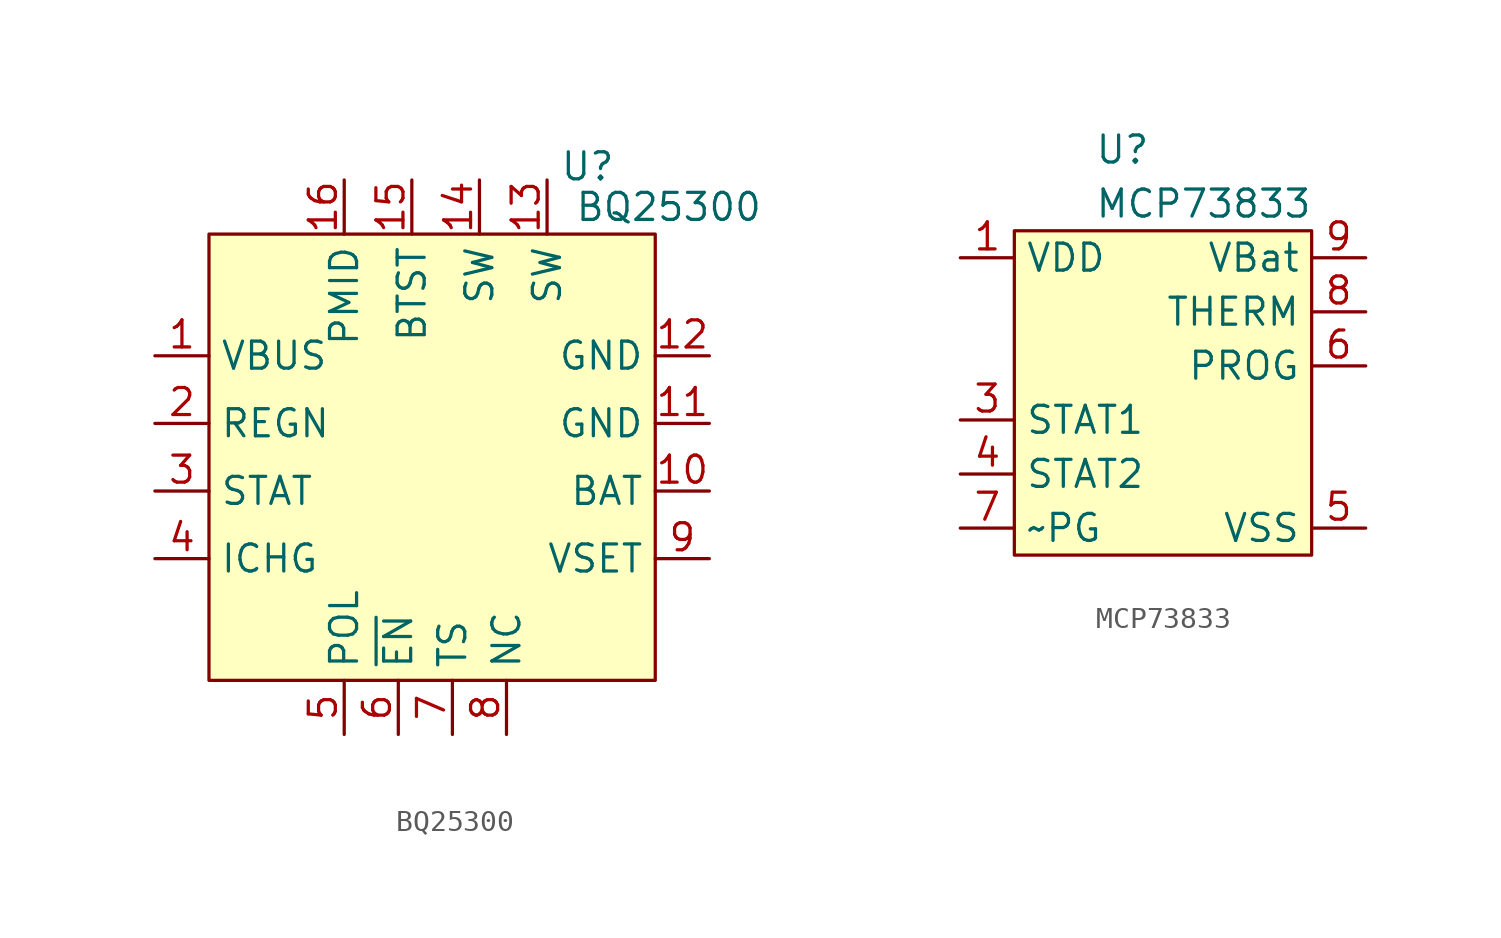
<source format=kicad_sym>
(kicad_symbol_lib
  (version 20210619)
  (generator kicad_symbol_editor)
  (symbol "Custom:BQ25300"
    (property "Reference" "U"
      (at 6.985 18.415 0)
      (effects (font (size 1.27 1.27))))
    (property "Value" "BQ25300"
      (at 10.795 16.51 0)
      (effects (font (size 1.27 1.27))))
    (symbol "BQ25300_0_1"
      (rectangle (start -10.795 15.24) (end 10.16 -5.715) (stroke (width 0.152)) (fill (type background))))
    (symbol "BQ25300_1_1"
      (pin power_in line (at -13.335 9.525 0) (length 2.54) (name "VBUS" (effects (font (size 1.27 1.27)))) (number "1" (effects (font (size 1.27 1.27)))))
      (pin input line (at 12.7 3.175 180) (length 2.54) (name "BAT" (effects (font (size 1.27 1.27)))) (number "10" (effects (font (size 1.27 1.27)))))
      (pin power_out line (at 12.7 6.35 180) (length 2.54) (name "GND" (effects (font (size 1.27 1.27)))) (number "11" (effects (font (size 1.27 1.27)))))
      (pin power_out line (at 12.7 9.525 180) (length 2.54) (name "GND" (effects (font (size 1.27 1.27)))) (number "12" (effects (font (size 1.27 1.27)))))
      (pin power_out line (at 5.08 17.78 270) (length 2.54) (name "SW" (effects (font (size 1.27 1.27)))) (number "13" (effects (font (size 1.27 1.27)))))
      (pin power_out line (at 1.905 17.78 270) (length 2.54) (name "SW" (effects (font (size 1.27 1.27)))) (number "14" (effects (font (size 1.27 1.27)))))
      (pin input line (at -1.27 17.78 270) (length 2.54) (name "BTST" (effects (font (size 1.27 1.27)))) (number "15" (effects (font (size 1.27 1.27)))))
      (pin input line (at -4.445 17.78 270) (length 2.54) (name "PMID" (effects (font (size 1.27 1.27)))) (number "16" (effects (font (size 1.27 1.27)))))
      (pin power_out line (at 12.7 6.35 180) (length 2.54) hide (name "Thermal_Pad" (effects (font (size 1.27 1.27)))) (number "17" (effects (font (size 1.27 1.27)))))
      (pin input line (at -13.335 6.35 0) (length 2.54) (name "REGN" (effects (font (size 1.27 1.27)))) (number "2" (effects (font (size 1.27 1.27)))))
      (pin input line (at -13.335 3.175 0) (length 2.54) (name "STAT" (effects (font (size 1.27 1.27)))) (number "3" (effects (font (size 1.27 1.27)))))
      (pin input line (at -13.335 0 0) (length 2.54) (name "ICHG" (effects (font (size 1.27 1.27)))) (number "4" (effects (font (size 1.27 1.27)))))
      (pin input line (at -4.445 -8.255 90) (length 2.54) (name "POL" (effects (font (size 1.27 1.27)))) (number "5" (effects (font (size 1.27 1.27)))))
      (pin input line (at -1.905 -8.255 90) (length 2.54) (name "~{EN}" (effects (font (size 1.27 1.27)))) (number "6" (effects (font (size 1.27 1.27)))))
      (pin input line (at 0.635 -8.255 90) (length 2.54) (name "TS" (effects (font (size 1.27 1.27)))) (number "7" (effects (font (size 1.27 1.27)))))
      (pin input line (at 3.175 -8.255 90) (length 2.54) (name "NC" (effects (font (size 1.27 1.27)))) (number "8" (effects (font (size 1.27 1.27)))))
      (pin input line (at 12.7 0 180) (length 2.54) (name "VSET" (effects (font (size 1.27 1.27)))) (number "9" (effects (font (size 1.27 1.27)))))))
  (symbol "Custom:MCP73833"
    (property "Reference" "U"
      (at 3.81 7.62 0)
      (effects (font (size 1.27 1.27))))
    (property "Value" "MCP73833"
      (at 7.62 5.08 0)
      (effects (font (size 1.27 1.27))))
    (symbol "MCP73833_0_1"
      (rectangle (start -1.27 3.81) (end 12.7 -11.43) (stroke (width 0.152)) (fill (type background))))
    (symbol "MCP73833_1_1"
      (pin power_in line (at -3.81 2.54 0) (length 2.54) (name "VDD" (effects (font (size 1.27 1.27)))) (number "1" (effects (font (size 1.27 1.27)))))
      (pin power_out line (at 15.24 2.54 180) (length 2.54) hide (name "VBat" (effects (font (size 1.27 1.27)))) (number "10" (effects (font (size 1.27 1.27)))))
      (pin power_in line (at -3.81 2.54 0) (length 2.54) hide (name "VDD" (effects (font (size 1.27 1.27)))) (number "2" (effects (font (size 1.27 1.27)))))
      (pin input line (at -3.81 -5.08 0) (length 2.54) (name "STAT1" (effects (font (size 1.27 1.27)))) (number "3" (effects (font (size 1.27 1.27)))))
      (pin input line (at -3.81 -7.62 0) (length 2.54) (name "STAT2" (effects (font (size 1.27 1.27)))) (number "4" (effects (font (size 1.27 1.27)))))
      (pin power_out line (at 15.24 -10.16 180) (length 2.54) (name "VSS" (effects (font (size 1.27 1.27)))) (number "5" (effects (font (size 1.27 1.27)))))
      (pin output line (at 15.24 -2.54 180) (length 2.54) (name "PROG" (effects (font (size 1.27 1.27)))) (number "6" (effects (font (size 1.27 1.27)))))
      (pin input line (at -3.81 -10.16 0) (length 2.54) (name "~PG" (effects (font (size 1.27 1.27)))) (number "7" (effects (font (size 1.27 1.27)))))
      (pin output line (at 15.24 0 180) (length 2.54) (name "THERM" (effects (font (size 1.27 1.27)))) (number "8" (effects (font (size 1.27 1.27)))))
      (pin power_out line (at 15.24 2.54 180) (length 2.54) (name "VBat" (effects (font (size 1.27 1.27)))) (number "9" (effects (font (size 1.27 1.27))))))))
</source>
